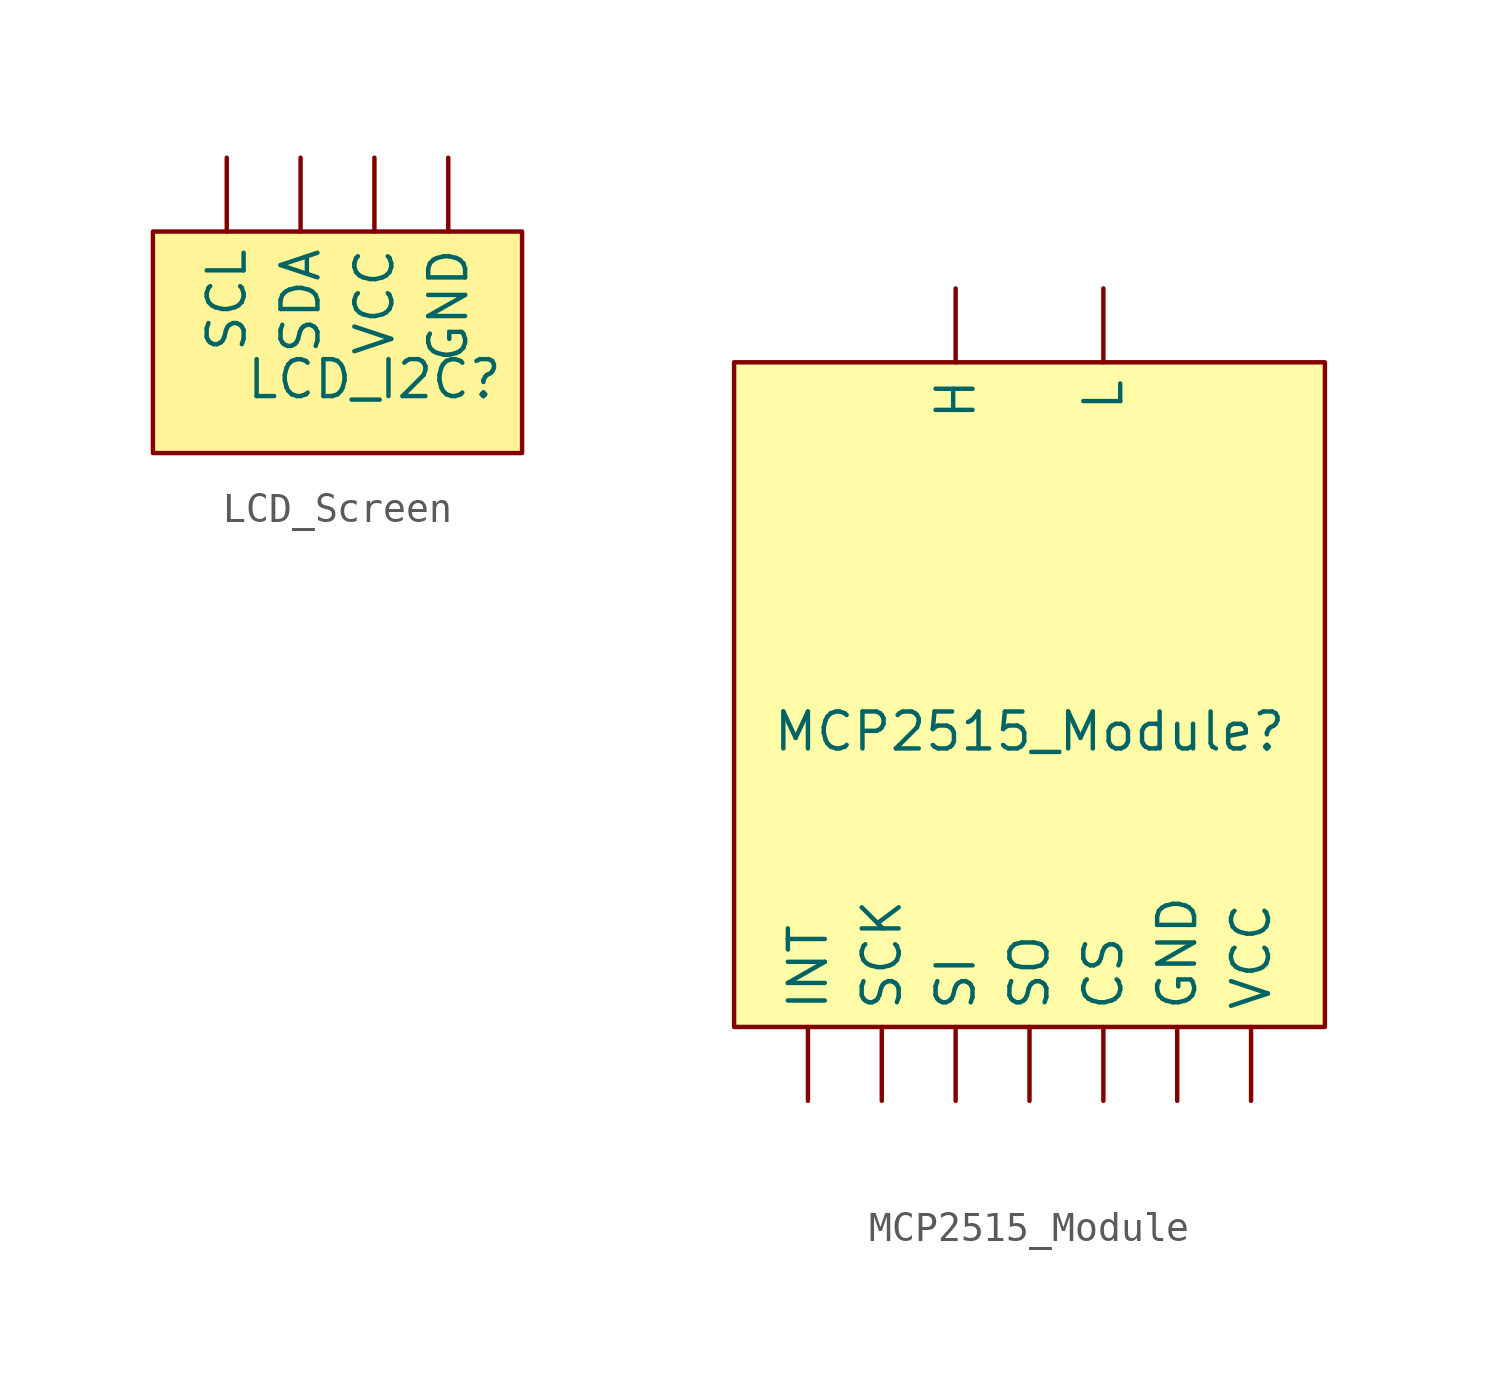
<source format=kicad_sym>
(kicad_symbol_lib
  (version 20220914)
  (generator kicad_symbol_editor)
  (symbol "LCD_Screen"
    (property "Reference" "LCD_I2C"
      (at 0 -2.54 0)
      (effects (font (size 1.27 1.27))))
    (property "Value" ""
      (at 0 0 0)
      (effects (font (size 1.27 1.27))))
    (symbol "LCD_Screen_1_1"
      (rectangle (start -7.62 2.54) (end 5.08 -5.08) (stroke (width 0) (type default)) (fill (type color) (color 255 244 151 1)))
      (pin bidirectional line (at 2.54 5.08 270) (length 2.54) (name "GND" (effects (font (size 1.27 1.27)))) (number "" (effects (font (size 1.27 1.27)))))
      (pin bidirectional line (at -5.08 5.08 270) (length 2.54) (name "SCL" (effects (font (size 1.27 1.27)))) (number "" (effects (font (size 1.27 1.27)))))
      (pin bidirectional line (at -2.54 5.08 270) (length 2.54) (name "SDA" (effects (font (size 1.27 1.27)))) (number "" (effects (font (size 1.27 1.27)))))
      (pin power_in line (at 0 5.08 270) (length 2.54) (name "VCC" (effects (font (size 1.27 1.27)))) (number "" (effects (font (size 1.27 1.27)))))))
  (symbol "MCP2515_Module"
    (property "Reference" "MCP2515_Module"
      (at 0 -10.16 0)
      (effects (font (size 1.27 1.27))))
    (property "Value" ""
      (at -2.54 7.62 0)
      (effects (font (size 1.27 1.27))))
    (symbol "MCP2515_Module_1_1"
      (rectangle (start -10.16 2.54) (end 10.16 -20.32) (stroke (width 0) (type default)) (fill (type color) (color 255 251 167 1)))
      (pin bidirectional line (at 2.54 -22.86 90) (length 2.54) (name "CS" (effects (font (size 1.27 1.27)))) (number "" (effects (font (size 1.27 1.27)))))
      (pin bidirectional line (at 5.08 -22.86 90) (length 2.54) (name "GND" (effects (font (size 1.27 1.27)))) (number "" (effects (font (size 1.27 1.27)))))
      (pin bidirectional line (at -2.54 5.08 270) (length 2.54) (name "H" (effects (font (size 1.27 1.27)))) (number "" (effects (font (size 1.27 1.27)))))
      (pin bidirectional line (at -7.62 -22.86 90) (length 2.54) (name "INT" (effects (font (size 1.27 1.27)))) (number "" (effects (font (size 1.27 1.27)))))
      (pin bidirectional line (at 2.54 5.08 270) (length 2.54) (name "L" (effects (font (size 1.27 1.27)))) (number "" (effects (font (size 1.27 1.27)))))
      (pin bidirectional line (at -5.08 -22.86 90) (length 2.54) (name "SCK" (effects (font (size 1.27 1.27)))) (number "" (effects (font (size 1.27 1.27)))))
      (pin bidirectional line (at -2.54 -22.86 90) (length 2.54) (name "SI" (effects (font (size 1.27 1.27)))) (number "" (effects (font (size 1.27 1.27)))))
      (pin bidirectional line (at 0 -22.86 90) (length 2.54) (name "SO" (effects (font (size 1.27 1.27)))) (number "" (effects (font (size 1.27 1.27)))))
      (pin power_in line (at 7.62 -22.86 90) (length 2.54) (name "VCC" (effects (font (size 1.27 1.27)))) (number "" (effects (font (size 1.27 1.27))))))))
</source>
